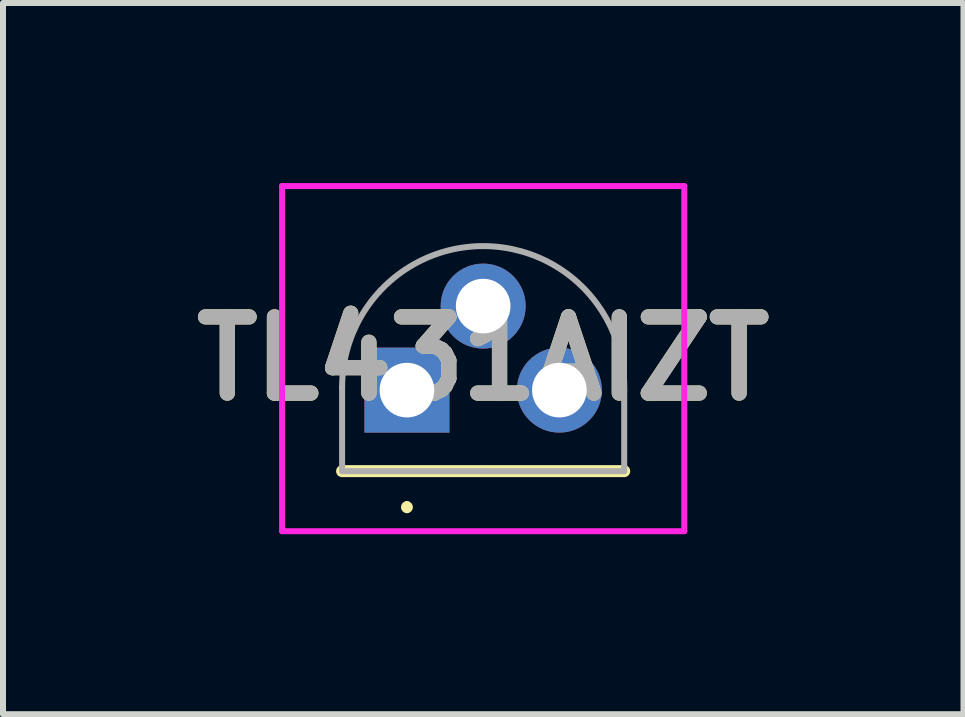
<source format=kicad_pcb>
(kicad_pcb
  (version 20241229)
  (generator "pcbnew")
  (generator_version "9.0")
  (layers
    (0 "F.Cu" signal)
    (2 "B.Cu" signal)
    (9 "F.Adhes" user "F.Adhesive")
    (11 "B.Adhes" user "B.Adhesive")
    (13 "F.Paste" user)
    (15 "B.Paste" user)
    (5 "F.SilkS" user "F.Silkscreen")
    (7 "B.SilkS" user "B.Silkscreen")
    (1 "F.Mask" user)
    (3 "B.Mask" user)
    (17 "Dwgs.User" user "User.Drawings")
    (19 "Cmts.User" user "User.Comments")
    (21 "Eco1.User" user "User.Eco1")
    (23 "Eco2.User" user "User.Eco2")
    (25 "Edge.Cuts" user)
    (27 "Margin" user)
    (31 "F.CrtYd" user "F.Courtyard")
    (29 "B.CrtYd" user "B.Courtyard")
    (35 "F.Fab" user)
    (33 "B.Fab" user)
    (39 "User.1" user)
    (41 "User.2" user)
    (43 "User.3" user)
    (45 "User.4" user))
  (footprint "TL431AIZT"
    (layer "F.Cu")
    (at 3.73 3.45)
    (property "Reference" "TL431AIZT" (at 1.271 -0.525 0) (layer "F.SilkS") (effects (font (size 1.27 1.27) (thickness 0.254))))
    (attr through_hole)
    (fp_line (start -1.08 1.35) (end 3.62 1.35) (stroke (width 0.2) (type solid)) (layer "F.SilkS"))
    (fp_line (start 0 1.9) (end 0 1.9) (stroke (width 0.1) (type solid)) (layer "F.SilkS"))
    (fp_line (start 0 2) (end 0 2) (stroke (width 0.1) (type solid)) (layer "F.SilkS"))
    (fp_arc (start 0 1.9) (mid 0.05 1.95) (end 0 2) (stroke (width 0.1) (type solid)) (layer "F.SilkS"))
    (fp_arc (start 0 2) (mid -0.05 1.95) (end 0 1.9) (stroke (width 0.1) (type solid)) (layer "F.SilkS"))
    (fp_line (start -2.08 -3.4) (end 4.621 -3.4) (stroke (width 0.1) (type solid)) (layer "F.CrtYd"))
    (fp_line (start -2.08 2.35) (end -2.08 -3.4) (stroke (width 0.1) (type solid)) (layer "F.CrtYd"))
    (fp_line (start 4.621 -3.4) (end 4.621 2.35) (stroke (width 0.1) (type solid)) (layer "F.CrtYd"))
    (fp_line (start 4.621 2.35) (end -2.08 2.35) (stroke (width 0.1) (type solid)) (layer "F.CrtYd"))
    (fp_line (start -1.08 -0.05) (end -1.08 -0.05) (stroke (width 0.1) (type solid)) (layer "F.Fab"))
    (fp_line (start -1.08 1.35) (end -1.08 -0.05) (stroke (width 0.1) (type solid)) (layer "F.Fab"))
    (fp_line (start 1.27 1.35) (end -1.08 1.35) (stroke (width 0.1) (type solid)) (layer "F.Fab"))
    (fp_line (start 3.62 0) (end 3.62 1.35) (stroke (width 0.1) (type solid)) (layer "F.Fab"))
    (fp_line (start 3.62 1.35) (end 1.27 1.35) (stroke (width 0.1) (type solid)) (layer "F.Fab"))
    (fp_arc (start -1.08 -0.05) (mid 1.295114 -2.400371) (end 3.620484 -0.000775) (stroke (width 0.1) (type solid)) (layer "F.Fab"))
    (fp_text user "${REFERENCE}" (at 1.271 -0.525 0) (layer "F.Fab") (effects (font (size 1.27 1.27) (thickness 0.254))))
    (pad "1" thru_hole rect (at 0 0) (size 1.416 1.416) (drill 0.91) (layers "*.Cu" "*.Mask"))
    (pad "2" thru_hole circle (at 1.27 -1.4) (size 1.416 1.416) (drill 0.91) (layers "*.Cu" "*.Mask"))
    (pad "3" thru_hole circle (at 2.54 0) (size 1.416 1.416) (drill 0.91) (layers "*.Cu" "*.Mask")))
  (gr_rect
    (start -3 -3)
    (end 13.003 8.85)
    (stroke (width 0.1) (type default))
    (fill no)
    (layer "Edge.Cuts")))
</source>
